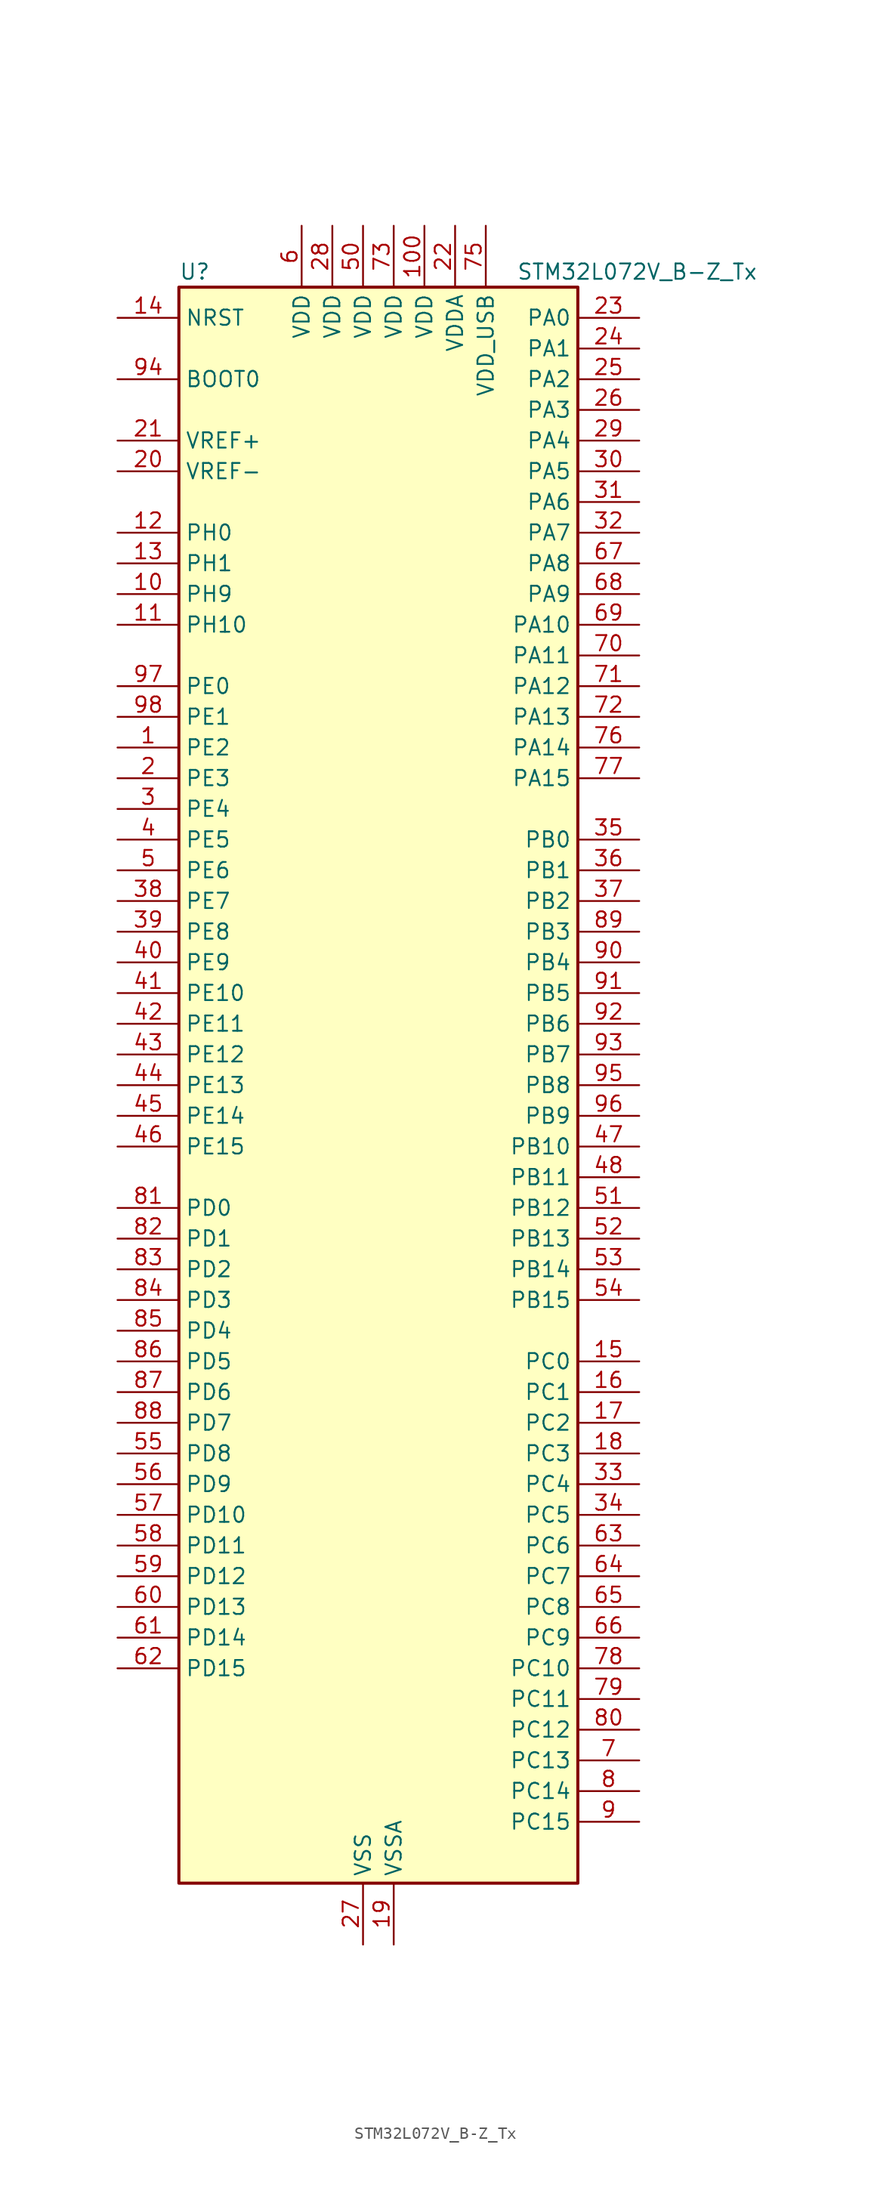
<source format=kicad_sym>
(kicad_symbol_lib
  (version 20220914)
  (generator kicad_symbol_editor)
  (symbol "STM32L072V_B-Z_Tx"
    (property "Reference" "U"
      (at -15.24 67.31 0)
      (effects (font (size 1.27 1.27)) (justify left)))
    (property "Value" "STM32L072V_B-Z_Tx"
      (at 12.7 67.31 0)
      (effects (font (size 1.27 1.27)) (justify left)))
    (property "ki_locked" ""
      (at 0 0 0)
      (effects (font (size 1.27 1.27))))
    (symbol "STM32L072V_B-Z_Tx_0_1"
      (rectangle (start -15.24 -66.04) (end 17.78 66.04) (stroke (width 0.254) (type default)) (fill (type background))))
    (symbol "STM32L072V_B-Z_Tx_1_1"
      (pin bidirectional line (at -20.32 27.94 0) (length 5.08) (name "PE2" (effects (font (size 1.27 1.27)))) (number "1" (effects (font (size 1.27 1.27)))) (alternate "TIM3_ETR" bidirectional line))
      (pin bidirectional line (at -20.32 40.64 0) (length 5.08) (name "PH9" (effects (font (size 1.27 1.27)))) (number "10" (effects (font (size 1.27 1.27)))) (alternate "DAC_EXTI9" bidirectional line))
      (pin power_in line (at 5.08 71.12 270) (length 5.08) (name "VDD" (effects (font (size 1.27 1.27)))) (number "100" (effects (font (size 1.27 1.27)))))
      (pin bidirectional line (at -20.32 38.1 0) (length 5.08) (name "PH10" (effects (font (size 1.27 1.27)))) (number "11" (effects (font (size 1.27 1.27)))))
      (pin bidirectional line (at -20.32 45.72 0) (length 5.08) (name "PH0" (effects (font (size 1.27 1.27)))) (number "12" (effects (font (size 1.27 1.27)))) (alternate "CRS_SYNC" bidirectional line) (alternate "RCC_OSC_IN" bidirectional line))
      (pin bidirectional line (at -20.32 43.18 0) (length 5.08) (name "PH1" (effects (font (size 1.27 1.27)))) (number "13" (effects (font (size 1.27 1.27)))) (alternate "RCC_OSC_OUT" bidirectional line))
      (pin input line (at -20.32 63.5 0) (length 5.08) (name "NRST" (effects (font (size 1.27 1.27)))) (number "14" (effects (font (size 1.27 1.27)))))
      (pin bidirectional line (at 22.86 -22.86 180) (length 5.08) (name "PC0" (effects (font (size 1.27 1.27)))) (number "15" (effects (font (size 1.27 1.27)))) (alternate "ADC_IN10" bidirectional line) (alternate "I2C3_SCL" bidirectional line) (alternate "LPTIM1_IN1" bidirectional line) (alternate "LPUART1_RX" bidirectional line) (alternate "TSC_G7_IO1" bidirectional line))
      (pin bidirectional line (at 22.86 -25.4 180) (length 5.08) (name "PC1" (effects (font (size 1.27 1.27)))) (number "16" (effects (font (size 1.27 1.27)))) (alternate "ADC_IN11" bidirectional line) (alternate "I2C3_SDA" bidirectional line) (alternate "LPTIM1_OUT" bidirectional line) (alternate "LPUART1_TX" bidirectional line) (alternate "TSC_G7_IO2" bidirectional line))
      (pin bidirectional line (at 22.86 -27.94 180) (length 5.08) (name "PC2" (effects (font (size 1.27 1.27)))) (number "17" (effects (font (size 1.27 1.27)))) (alternate "ADC_IN12" bidirectional line) (alternate "I2S2_MCK" bidirectional line) (alternate "LPTIM1_IN2" bidirectional line) (alternate "SPI2_MISO" bidirectional line) (alternate "TSC_G7_IO3" bidirectional line))
      (pin bidirectional line (at 22.86 -30.48 180) (length 5.08) (name "PC3" (effects (font (size 1.27 1.27)))) (number "18" (effects (font (size 1.27 1.27)))) (alternate "ADC_IN13" bidirectional line) (alternate "I2S2_SD" bidirectional line) (alternate "LPTIM1_ETR" bidirectional line) (alternate "SPI2_MOSI" bidirectional line) (alternate "TSC_G7_IO4" bidirectional line))
      (pin power_in line (at 2.54 -71.12 90) (length 5.08) (name "VSSA" (effects (font (size 1.27 1.27)))) (number "19" (effects (font (size 1.27 1.27)))))
      (pin bidirectional line (at -20.32 25.4 0) (length 5.08) (name "PE3" (effects (font (size 1.27 1.27)))) (number "2" (effects (font (size 1.27 1.27)))) (alternate "TIM22_CH1" bidirectional line) (alternate "TIM3_CH1" bidirectional line))
      (pin input line (at -20.32 50.8 0) (length 5.08) (name "VREF-" (effects (font (size 1.27 1.27)))) (number "20" (effects (font (size 1.27 1.27)))))
      (pin input line (at -20.32 53.34 0) (length 5.08) (name "VREF+" (effects (font (size 1.27 1.27)))) (number "21" (effects (font (size 1.27 1.27)))))
      (pin power_in line (at 7.62 71.12 270) (length 5.08) (name "VDDA" (effects (font (size 1.27 1.27)))) (number "22" (effects (font (size 1.27 1.27)))))
      (pin bidirectional line (at 22.86 63.5 180) (length 5.08) (name "PA0" (effects (font (size 1.27 1.27)))) (number "23" (effects (font (size 1.27 1.27)))) (alternate "ADC_IN0" bidirectional line) (alternate "COMP1_INM" bidirectional line) (alternate "COMP1_OUT" bidirectional line) (alternate "RTC_TAMP2" bidirectional line) (alternate "SYS_WKUP1" bidirectional line) (alternate "TIM2_CH1" bidirectional line) (alternate "TIM2_ETR" bidirectional line) (alternate "TSC_G1_IO1" bidirectional line) (alternate "USART2_CTS" bidirectional line) (alternate "USART4_TX" bidirectional line))
      (pin bidirectional line (at 22.86 60.96 180) (length 5.08) (name "PA1" (effects (font (size 1.27 1.27)))) (number "24" (effects (font (size 1.27 1.27)))) (alternate "ADC_IN1" bidirectional line) (alternate "COMP1_INP" bidirectional line) (alternate "TIM21_ETR" bidirectional line) (alternate "TIM2_CH2" bidirectional line) (alternate "TSC_G1_IO2" bidirectional line) (alternate "USART2_DE" bidirectional line) (alternate "USART2_RTS" bidirectional line) (alternate "USART4_RX" bidirectional line))
      (pin bidirectional line (at 22.86 58.42 180) (length 5.08) (name "PA2" (effects (font (size 1.27 1.27)))) (number "25" (effects (font (size 1.27 1.27)))) (alternate "ADC_IN2" bidirectional line) (alternate "COMP2_INM" bidirectional line) (alternate "COMP2_OUT" bidirectional line) (alternate "LPUART1_TX" bidirectional line) (alternate "TIM21_CH1" bidirectional line) (alternate "TIM2_CH3" bidirectional line) (alternate "TSC_G1_IO3" bidirectional line) (alternate "USART2_TX" bidirectional line))
      (pin bidirectional line (at 22.86 55.88 180) (length 5.08) (name "PA3" (effects (font (size 1.27 1.27)))) (number "26" (effects (font (size 1.27 1.27)))) (alternate "ADC_IN3" bidirectional line) (alternate "COMP2_INP" bidirectional line) (alternate "LPUART1_RX" bidirectional line) (alternate "TIM21_CH2" bidirectional line) (alternate "TIM2_CH4" bidirectional line) (alternate "TSC_G1_IO4" bidirectional line) (alternate "USART2_RX" bidirectional line))
      (pin power_in line (at 0 -71.12 90) (length 5.08) (name "VSS" (effects (font (size 1.27 1.27)))) (number "27" (effects (font (size 1.27 1.27)))))
      (pin power_in line (at -2.54 71.12 270) (length 5.08) (name "VDD" (effects (font (size 1.27 1.27)))) (number "28" (effects (font (size 1.27 1.27)))))
      (pin bidirectional line (at 22.86 53.34 180) (length 5.08) (name "PA4" (effects (font (size 1.27 1.27)))) (number "29" (effects (font (size 1.27 1.27)))) (alternate "ADC_IN4" bidirectional line) (alternate "COMP1_INM" bidirectional line) (alternate "COMP2_INM" bidirectional line) (alternate "DAC_OUT1" bidirectional line) (alternate "SPI1_NSS" bidirectional line) (alternate "TIM22_ETR" bidirectional line) (alternate "TSC_G2_IO1" bidirectional line) (alternate "USART2_CK" bidirectional line))
      (pin bidirectional line (at -20.32 22.86 0) (length 5.08) (name "PE4" (effects (font (size 1.27 1.27)))) (number "3" (effects (font (size 1.27 1.27)))) (alternate "TIM22_CH2" bidirectional line) (alternate "TIM3_CH2" bidirectional line))
      (pin bidirectional line (at 22.86 50.8 180) (length 5.08) (name "PA5" (effects (font (size 1.27 1.27)))) (number "30" (effects (font (size 1.27 1.27)))) (alternate "ADC_IN5" bidirectional line) (alternate "COMP1_INM" bidirectional line) (alternate "COMP2_INM" bidirectional line) (alternate "DAC_OUT2" bidirectional line) (alternate "SPI1_SCK" bidirectional line) (alternate "TIM2_CH1" bidirectional line) (alternate "TIM2_ETR" bidirectional line) (alternate "TSC_G2_IO2" bidirectional line))
      (pin bidirectional line (at 22.86 48.26 180) (length 5.08) (name "PA6" (effects (font (size 1.27 1.27)))) (number "31" (effects (font (size 1.27 1.27)))) (alternate "ADC_IN6" bidirectional line) (alternate "COMP1_OUT" bidirectional line) (alternate "LPUART1_CTS" bidirectional line) (alternate "SPI1_MISO" bidirectional line) (alternate "TIM22_CH1" bidirectional line) (alternate "TIM3_CH1" bidirectional line) (alternate "TSC_G2_IO3" bidirectional line))
      (pin bidirectional line (at 22.86 45.72 180) (length 5.08) (name "PA7" (effects (font (size 1.27 1.27)))) (number "32" (effects (font (size 1.27 1.27)))) (alternate "ADC_IN7" bidirectional line) (alternate "COMP2_OUT" bidirectional line) (alternate "SPI1_MOSI" bidirectional line) (alternate "TIM22_CH2" bidirectional line) (alternate "TIM3_CH2" bidirectional line) (alternate "TSC_G2_IO4" bidirectional line))
      (pin bidirectional line (at 22.86 -33.02 180) (length 5.08) (name "PC4" (effects (font (size 1.27 1.27)))) (number "33" (effects (font (size 1.27 1.27)))) (alternate "ADC_IN14" bidirectional line) (alternate "LPUART1_TX" bidirectional line))
      (pin bidirectional line (at 22.86 -35.56 180) (length 5.08) (name "PC5" (effects (font (size 1.27 1.27)))) (number "34" (effects (font (size 1.27 1.27)))) (alternate "ADC_IN15" bidirectional line) (alternate "LPUART1_RX" bidirectional line) (alternate "TSC_G3_IO1" bidirectional line))
      (pin bidirectional line (at 22.86 20.32 180) (length 5.08) (name "PB0" (effects (font (size 1.27 1.27)))) (number "35" (effects (font (size 1.27 1.27)))) (alternate "ADC_IN8" bidirectional line) (alternate "SYS_VREF_OUT_PB0" bidirectional line) (alternate "TIM3_CH3" bidirectional line) (alternate "TSC_G3_IO2" bidirectional line))
      (pin bidirectional line (at 22.86 17.78 180) (length 5.08) (name "PB1" (effects (font (size 1.27 1.27)))) (number "36" (effects (font (size 1.27 1.27)))) (alternate "ADC_IN9" bidirectional line) (alternate "LPUART1_DE" bidirectional line) (alternate "LPUART1_RTS" bidirectional line) (alternate "SYS_VREF_OUT_PB1" bidirectional line) (alternate "TIM3_CH4" bidirectional line) (alternate "TSC_G3_IO3" bidirectional line))
      (pin bidirectional line (at 22.86 15.24 180) (length 5.08) (name "PB2" (effects (font (size 1.27 1.27)))) (number "37" (effects (font (size 1.27 1.27)))) (alternate "I2C3_SMBA" bidirectional line) (alternate "LPTIM1_OUT" bidirectional line) (alternate "TSC_G3_IO4" bidirectional line))
      (pin bidirectional line (at -20.32 15.24 0) (length 5.08) (name "PE7" (effects (font (size 1.27 1.27)))) (number "38" (effects (font (size 1.27 1.27)))) (alternate "USART5_CK" bidirectional line) (alternate "USART5_DE" bidirectional line) (alternate "USART5_RTS" bidirectional line))
      (pin bidirectional line (at -20.32 12.7 0) (length 5.08) (name "PE8" (effects (font (size 1.27 1.27)))) (number "39" (effects (font (size 1.27 1.27)))) (alternate "USART4_TX" bidirectional line))
      (pin bidirectional line (at -20.32 20.32 0) (length 5.08) (name "PE5" (effects (font (size 1.27 1.27)))) (number "4" (effects (font (size 1.27 1.27)))) (alternate "TIM21_CH1" bidirectional line) (alternate "TIM3_CH3" bidirectional line))
      (pin bidirectional line (at -20.32 10.16 0) (length 5.08) (name "PE9" (effects (font (size 1.27 1.27)))) (number "40" (effects (font (size 1.27 1.27)))) (alternate "DAC_EXTI9" bidirectional line) (alternate "TIM2_CH1" bidirectional line) (alternate "TIM2_ETR" bidirectional line) (alternate "USART4_RX" bidirectional line))
      (pin bidirectional line (at -20.32 7.62 0) (length 5.08) (name "PE10" (effects (font (size 1.27 1.27)))) (number "41" (effects (font (size 1.27 1.27)))) (alternate "TIM2_CH2" bidirectional line) (alternate "USART5_TX" bidirectional line))
      (pin bidirectional line (at -20.32 5.08 0) (length 5.08) (name "PE11" (effects (font (size 1.27 1.27)))) (number "42" (effects (font (size 1.27 1.27)))) (alternate "ADC_EXTI11" bidirectional line) (alternate "TIM2_CH3" bidirectional line) (alternate "USART5_RX" bidirectional line))
      (pin bidirectional line (at -20.32 2.54 0) (length 5.08) (name "PE12" (effects (font (size 1.27 1.27)))) (number "43" (effects (font (size 1.27 1.27)))) (alternate "SPI1_NSS" bidirectional line) (alternate "TIM2_CH4" bidirectional line))
      (pin bidirectional line (at -20.32 0 0) (length 5.08) (name "PE13" (effects (font (size 1.27 1.27)))) (number "44" (effects (font (size 1.27 1.27)))) (alternate "SPI1_SCK" bidirectional line))
      (pin bidirectional line (at -20.32 -2.54 0) (length 5.08) (name "PE14" (effects (font (size 1.27 1.27)))) (number "45" (effects (font (size 1.27 1.27)))) (alternate "SPI1_MISO" bidirectional line))
      (pin bidirectional line (at -20.32 -5.08 0) (length 5.08) (name "PE15" (effects (font (size 1.27 1.27)))) (number "46" (effects (font (size 1.27 1.27)))) (alternate "SPI1_MOSI" bidirectional line))
      (pin bidirectional line (at 22.86 -5.08 180) (length 5.08) (name "PB10" (effects (font (size 1.27 1.27)))) (number "47" (effects (font (size 1.27 1.27)))) (alternate "I2C2_SCL" bidirectional line) (alternate "LPUART1_RX" bidirectional line) (alternate "LPUART1_TX" bidirectional line) (alternate "SPI2_SCK" bidirectional line) (alternate "TIM2_CH3" bidirectional line) (alternate "TSC_SYNC" bidirectional line))
      (pin bidirectional line (at 22.86 -7.62 180) (length 5.08) (name "PB11" (effects (font (size 1.27 1.27)))) (number "48" (effects (font (size 1.27 1.27)))) (alternate "ADC_EXTI11" bidirectional line) (alternate "I2C2_SDA" bidirectional line) (alternate "LPUART1_RX" bidirectional line) (alternate "LPUART1_TX" bidirectional line) (alternate "TIM2_CH4" bidirectional line) (alternate "TSC_G6_IO1" bidirectional line))
      (pin passive line (at 0 -71.12 90) (length 5.08) hide (name "VSS" (effects (font (size 1.27 1.27)))) (number "49" (effects (font (size 1.27 1.27)))))
      (pin bidirectional line (at -20.32 17.78 0) (length 5.08) (name "PE6" (effects (font (size 1.27 1.27)))) (number "5" (effects (font (size 1.27 1.27)))) (alternate "RTC_TAMP3" bidirectional line) (alternate "SYS_WKUP3" bidirectional line) (alternate "TIM21_CH2" bidirectional line) (alternate "TIM3_CH4" bidirectional line))
      (pin power_in line (at 0 71.12 270) (length 5.08) (name "VDD" (effects (font (size 1.27 1.27)))) (number "50" (effects (font (size 1.27 1.27)))))
      (pin bidirectional line (at 22.86 -10.16 180) (length 5.08) (name "PB12" (effects (font (size 1.27 1.27)))) (number "51" (effects (font (size 1.27 1.27)))) (alternate "I2S2_WS" bidirectional line) (alternate "LPUART1_DE" bidirectional line) (alternate "LPUART1_RTS" bidirectional line) (alternate "SPI2_NSS" bidirectional line) (alternate "TSC_G6_IO2" bidirectional line))
      (pin bidirectional line (at 22.86 -12.7 180) (length 5.08) (name "PB13" (effects (font (size 1.27 1.27)))) (number "52" (effects (font (size 1.27 1.27)))) (alternate "I2C2_SCL" bidirectional line) (alternate "I2S2_CK" bidirectional line) (alternate "LPUART1_CTS" bidirectional line) (alternate "RCC_MCO" bidirectional line) (alternate "SPI2_SCK" bidirectional line) (alternate "TIM21_CH1" bidirectional line) (alternate "TSC_G6_IO3" bidirectional line))
      (pin bidirectional line (at 22.86 -15.24 180) (length 5.08) (name "PB14" (effects (font (size 1.27 1.27)))) (number "53" (effects (font (size 1.27 1.27)))) (alternate "I2C2_SDA" bidirectional line) (alternate "I2S2_MCK" bidirectional line) (alternate "LPUART1_DE" bidirectional line) (alternate "LPUART1_RTS" bidirectional line) (alternate "RTC_OUT_ALARM" bidirectional line) (alternate "RTC_OUT_CALIB" bidirectional line) (alternate "SPI2_MISO" bidirectional line) (alternate "TIM21_CH2" bidirectional line) (alternate "TSC_G6_IO4" bidirectional line))
      (pin bidirectional line (at 22.86 -17.78 180) (length 5.08) (name "PB15" (effects (font (size 1.27 1.27)))) (number "54" (effects (font (size 1.27 1.27)))) (alternate "I2S2_SD" bidirectional line) (alternate "RTC_REFIN" bidirectional line) (alternate "SPI2_MOSI" bidirectional line))
      (pin bidirectional line (at -20.32 -30.48 0) (length 5.08) (name "PD8" (effects (font (size 1.27 1.27)))) (number "55" (effects (font (size 1.27 1.27)))) (alternate "LPUART1_TX" bidirectional line))
      (pin bidirectional line (at -20.32 -33.02 0) (length 5.08) (name "PD9" (effects (font (size 1.27 1.27)))) (number "56" (effects (font (size 1.27 1.27)))) (alternate "DAC_EXTI9" bidirectional line) (alternate "LPUART1_RX" bidirectional line))
      (pin bidirectional line (at -20.32 -35.56 0) (length 5.08) (name "PD10" (effects (font (size 1.27 1.27)))) (number "57" (effects (font (size 1.27 1.27)))))
      (pin bidirectional line (at -20.32 -38.1 0) (length 5.08) (name "PD11" (effects (font (size 1.27 1.27)))) (number "58" (effects (font (size 1.27 1.27)))) (alternate "ADC_EXTI11" bidirectional line) (alternate "LPUART1_CTS" bidirectional line))
      (pin bidirectional line (at -20.32 -40.64 0) (length 5.08) (name "PD12" (effects (font (size 1.27 1.27)))) (number "59" (effects (font (size 1.27 1.27)))) (alternate "LPUART1_DE" bidirectional line) (alternate "LPUART1_RTS" bidirectional line))
      (pin power_in line (at -5.08 71.12 270) (length 5.08) (name "VDD" (effects (font (size 1.27 1.27)))) (number "6" (effects (font (size 1.27 1.27)))))
      (pin bidirectional line (at -20.32 -43.18 0) (length 5.08) (name "PD13" (effects (font (size 1.27 1.27)))) (number "60" (effects (font (size 1.27 1.27)))))
      (pin bidirectional line (at -20.32 -45.72 0) (length 5.08) (name "PD14" (effects (font (size 1.27 1.27)))) (number "61" (effects (font (size 1.27 1.27)))))
      (pin bidirectional line (at -20.32 -48.26 0) (length 5.08) (name "PD15" (effects (font (size 1.27 1.27)))) (number "62" (effects (font (size 1.27 1.27)))) (alternate "CRS_SYNC" bidirectional line))
      (pin bidirectional line (at 22.86 -38.1 180) (length 5.08) (name "PC6" (effects (font (size 1.27 1.27)))) (number "63" (effects (font (size 1.27 1.27)))) (alternate "TIM22_CH1" bidirectional line) (alternate "TIM3_CH1" bidirectional line) (alternate "TSC_G8_IO1" bidirectional line))
      (pin bidirectional line (at 22.86 -40.64 180) (length 5.08) (name "PC7" (effects (font (size 1.27 1.27)))) (number "64" (effects (font (size 1.27 1.27)))) (alternate "TIM22_CH2" bidirectional line) (alternate "TIM3_CH2" bidirectional line) (alternate "TSC_G8_IO2" bidirectional line))
      (pin bidirectional line (at 22.86 -43.18 180) (length 5.08) (name "PC8" (effects (font (size 1.27 1.27)))) (number "65" (effects (font (size 1.27 1.27)))) (alternate "TIM22_ETR" bidirectional line) (alternate "TIM3_CH3" bidirectional line) (alternate "TSC_G8_IO3" bidirectional line))
      (pin bidirectional line (at 22.86 -45.72 180) (length 5.08) (name "PC9" (effects (font (size 1.27 1.27)))) (number "66" (effects (font (size 1.27 1.27)))) (alternate "DAC_EXTI9" bidirectional line) (alternate "I2C3_SDA" bidirectional line) (alternate "TIM21_ETR" bidirectional line) (alternate "TIM3_CH4" bidirectional line) (alternate "TSC_G8_IO4" bidirectional line) (alternate "USB_NOE" bidirectional line))
      (pin bidirectional line (at 22.86 43.18 180) (length 5.08) (name "PA8" (effects (font (size 1.27 1.27)))) (number "67" (effects (font (size 1.27 1.27)))) (alternate "CRS_SYNC" bidirectional line) (alternate "I2C3_SCL" bidirectional line) (alternate "RCC_MCO" bidirectional line) (alternate "USART1_CK" bidirectional line))
      (pin bidirectional line (at 22.86 40.64 180) (length 5.08) (name "PA9" (effects (font (size 1.27 1.27)))) (number "68" (effects (font (size 1.27 1.27)))) (alternate "DAC_EXTI9" bidirectional line) (alternate "I2C1_SCL" bidirectional line) (alternate "I2C3_SMBA" bidirectional line) (alternate "RCC_MCO" bidirectional line) (alternate "TSC_G4_IO1" bidirectional line) (alternate "USART1_TX" bidirectional line))
      (pin bidirectional line (at 22.86 38.1 180) (length 5.08) (name "PA10" (effects (font (size 1.27 1.27)))) (number "69" (effects (font (size 1.27 1.27)))) (alternate "I2C1_SDA" bidirectional line) (alternate "TSC_G4_IO2" bidirectional line) (alternate "USART1_RX" bidirectional line))
      (pin bidirectional line (at 22.86 -55.88 180) (length 5.08) (name "PC13" (effects (font (size 1.27 1.27)))) (number "7" (effects (font (size 1.27 1.27)))) (alternate "RTC_OUT_ALARM" bidirectional line) (alternate "RTC_OUT_CALIB" bidirectional line) (alternate "RTC_TAMP1" bidirectional line) (alternate "RTC_TS" bidirectional line) (alternate "SYS_WKUP2" bidirectional line))
      (pin bidirectional line (at 22.86 35.56 180) (length 5.08) (name "PA11" (effects (font (size 1.27 1.27)))) (number "70" (effects (font (size 1.27 1.27)))) (alternate "ADC_EXTI11" bidirectional line) (alternate "COMP1_OUT" bidirectional line) (alternate "SPI1_MISO" bidirectional line) (alternate "TSC_G4_IO3" bidirectional line) (alternate "USART1_CTS" bidirectional line) (alternate "USB_DM" bidirectional line))
      (pin bidirectional line (at 22.86 33.02 180) (length 5.08) (name "PA12" (effects (font (size 1.27 1.27)))) (number "71" (effects (font (size 1.27 1.27)))) (alternate "COMP2_OUT" bidirectional line) (alternate "SPI1_MOSI" bidirectional line) (alternate "TSC_G4_IO4" bidirectional line) (alternate "USART1_DE" bidirectional line) (alternate "USART1_RTS" bidirectional line) (alternate "USB_DP" bidirectional line))
      (pin bidirectional line (at 22.86 30.48 180) (length 5.08) (name "PA13" (effects (font (size 1.27 1.27)))) (number "72" (effects (font (size 1.27 1.27)))) (alternate "LPUART1_RX" bidirectional line) (alternate "SYS_SWDIO" bidirectional line) (alternate "USB_NOE" bidirectional line))
      (pin power_in line (at 2.54 71.12 270) (length 5.08) (name "VDD" (effects (font (size 1.27 1.27)))) (number "73" (effects (font (size 1.27 1.27)))))
      (pin passive line (at 0 -71.12 90) (length 5.08) hide (name "VSS" (effects (font (size 1.27 1.27)))) (number "74" (effects (font (size 1.27 1.27)))))
      (pin power_in line (at 10.16 71.12 270) (length 5.08) (name "VDD_USB" (effects (font (size 1.27 1.27)))) (number "75" (effects (font (size 1.27 1.27)))))
      (pin bidirectional line (at 22.86 27.94 180) (length 5.08) (name "PA14" (effects (font (size 1.27 1.27)))) (number "76" (effects (font (size 1.27 1.27)))) (alternate "LPUART1_TX" bidirectional line) (alternate "SYS_SWCLK" bidirectional line) (alternate "USART2_TX" bidirectional line))
      (pin bidirectional line (at 22.86 25.4 180) (length 5.08) (name "PA15" (effects (font (size 1.27 1.27)))) (number "77" (effects (font (size 1.27 1.27)))) (alternate "SPI1_NSS" bidirectional line) (alternate "TIM2_CH1" bidirectional line) (alternate "TIM2_ETR" bidirectional line) (alternate "USART2_RX" bidirectional line) (alternate "USART4_DE" bidirectional line) (alternate "USART4_RTS" bidirectional line))
      (pin bidirectional line (at 22.86 -48.26 180) (length 5.08) (name "PC10" (effects (font (size 1.27 1.27)))) (number "78" (effects (font (size 1.27 1.27)))) (alternate "LPUART1_TX" bidirectional line) (alternate "USART4_TX" bidirectional line))
      (pin bidirectional line (at 22.86 -50.8 180) (length 5.08) (name "PC11" (effects (font (size 1.27 1.27)))) (number "79" (effects (font (size 1.27 1.27)))) (alternate "ADC_EXTI11" bidirectional line) (alternate "LPUART1_RX" bidirectional line) (alternate "USART4_RX" bidirectional line))
      (pin bidirectional line (at 22.86 -58.42 180) (length 5.08) (name "PC14" (effects (font (size 1.27 1.27)))) (number "8" (effects (font (size 1.27 1.27)))) (alternate "RCC_OSC32_IN" bidirectional line))
      (pin bidirectional line (at 22.86 -53.34 180) (length 5.08) (name "PC12" (effects (font (size 1.27 1.27)))) (number "80" (effects (font (size 1.27 1.27)))) (alternate "USART4_CK" bidirectional line) (alternate "USART5_TX" bidirectional line))
      (pin bidirectional line (at -20.32 -10.16 0) (length 5.08) (name "PD0" (effects (font (size 1.27 1.27)))) (number "81" (effects (font (size 1.27 1.27)))) (alternate "I2S2_WS" bidirectional line) (alternate "SPI2_NSS" bidirectional line) (alternate "TIM21_CH1" bidirectional line))
      (pin bidirectional line (at -20.32 -12.7 0) (length 5.08) (name "PD1" (effects (font (size 1.27 1.27)))) (number "82" (effects (font (size 1.27 1.27)))) (alternate "I2S2_CK" bidirectional line) (alternate "SPI2_SCK" bidirectional line))
      (pin bidirectional line (at -20.32 -15.24 0) (length 5.08) (name "PD2" (effects (font (size 1.27 1.27)))) (number "83" (effects (font (size 1.27 1.27)))) (alternate "LPUART1_DE" bidirectional line) (alternate "LPUART1_RTS" bidirectional line) (alternate "TIM3_ETR" bidirectional line) (alternate "USART5_RX" bidirectional line))
      (pin bidirectional line (at -20.32 -17.78 0) (length 5.08) (name "PD3" (effects (font (size 1.27 1.27)))) (number "84" (effects (font (size 1.27 1.27)))) (alternate "I2S2_MCK" bidirectional line) (alternate "SPI2_MISO" bidirectional line) (alternate "USART2_CTS" bidirectional line))
      (pin bidirectional line (at -20.32 -20.32 0) (length 5.08) (name "PD4" (effects (font (size 1.27 1.27)))) (number "85" (effects (font (size 1.27 1.27)))) (alternate "I2S2_SD" bidirectional line) (alternate "SPI2_MOSI" bidirectional line) (alternate "USART2_DE" bidirectional line) (alternate "USART2_RTS" bidirectional line))
      (pin bidirectional line (at -20.32 -22.86 0) (length 5.08) (name "PD5" (effects (font (size 1.27 1.27)))) (number "86" (effects (font (size 1.27 1.27)))) (alternate "USART2_TX" bidirectional line))
      (pin bidirectional line (at -20.32 -25.4 0) (length 5.08) (name "PD6" (effects (font (size 1.27 1.27)))) (number "87" (effects (font (size 1.27 1.27)))) (alternate "USART2_RX" bidirectional line))
      (pin bidirectional line (at -20.32 -27.94 0) (length 5.08) (name "PD7" (effects (font (size 1.27 1.27)))) (number "88" (effects (font (size 1.27 1.27)))) (alternate "TIM21_CH2" bidirectional line) (alternate "USART2_CK" bidirectional line))
      (pin bidirectional line (at 22.86 12.7 180) (length 5.08) (name "PB3" (effects (font (size 1.27 1.27)))) (number "89" (effects (font (size 1.27 1.27)))) (alternate "COMP2_INM" bidirectional line) (alternate "SPI1_SCK" bidirectional line) (alternate "TIM2_CH2" bidirectional line) (alternate "TSC_G5_IO1" bidirectional line) (alternate "USART1_DE" bidirectional line) (alternate "USART1_RTS" bidirectional line) (alternate "USART5_TX" bidirectional line))
      (pin bidirectional line (at 22.86 -60.96 180) (length 5.08) (name "PC15" (effects (font (size 1.27 1.27)))) (number "9" (effects (font (size 1.27 1.27)))) (alternate "RCC_OSC32_OUT" bidirectional line))
      (pin bidirectional line (at 22.86 10.16 180) (length 5.08) (name "PB4" (effects (font (size 1.27 1.27)))) (number "90" (effects (font (size 1.27 1.27)))) (alternate "COMP2_INP" bidirectional line) (alternate "I2C3_SDA" bidirectional line) (alternate "SPI1_MISO" bidirectional line) (alternate "TIM22_CH1" bidirectional line) (alternate "TIM3_CH1" bidirectional line) (alternate "TSC_G5_IO2" bidirectional line) (alternate "USART1_CTS" bidirectional line) (alternate "USART5_RX" bidirectional line))
      (pin bidirectional line (at 22.86 7.62 180) (length 5.08) (name "PB5" (effects (font (size 1.27 1.27)))) (number "91" (effects (font (size 1.27 1.27)))) (alternate "COMP2_INP" bidirectional line) (alternate "I2C1_SMBA" bidirectional line) (alternate "LPTIM1_IN1" bidirectional line) (alternate "SPI1_MOSI" bidirectional line) (alternate "TIM22_CH2" bidirectional line) (alternate "TIM3_CH2" bidirectional line) (alternate "USART1_CK" bidirectional line) (alternate "USART5_CK" bidirectional line) (alternate "USART5_DE" bidirectional line) (alternate "USART5_RTS" bidirectional line))
      (pin bidirectional line (at 22.86 5.08 180) (length 5.08) (name "PB6" (effects (font (size 1.27 1.27)))) (number "92" (effects (font (size 1.27 1.27)))) (alternate "COMP2_INP" bidirectional line) (alternate "I2C1_SCL" bidirectional line) (alternate "LPTIM1_ETR" bidirectional line) (alternate "TSC_G5_IO3" bidirectional line) (alternate "USART1_TX" bidirectional line))
      (pin bidirectional line (at 22.86 2.54 180) (length 5.08) (name "PB7" (effects (font (size 1.27 1.27)))) (number "93" (effects (font (size 1.27 1.27)))) (alternate "COMP2_INP" bidirectional line) (alternate "I2C1_SDA" bidirectional line) (alternate "LPTIM1_IN2" bidirectional line) (alternate "SYS_PVD_IN" bidirectional line) (alternate "TSC_G5_IO4" bidirectional line) (alternate "USART1_RX" bidirectional line) (alternate "USART4_CTS" bidirectional line))
      (pin input line (at -20.32 58.42 0) (length 5.08) (name "BOOT0" (effects (font (size 1.27 1.27)))) (number "94" (effects (font (size 1.27 1.27)))))
      (pin bidirectional line (at 22.86 0 180) (length 5.08) (name "PB8" (effects (font (size 1.27 1.27)))) (number "95" (effects (font (size 1.27 1.27)))) (alternate "I2C1_SCL" bidirectional line) (alternate "TSC_SYNC" bidirectional line))
      (pin bidirectional line (at 22.86 -2.54 180) (length 5.08) (name "PB9" (effects (font (size 1.27 1.27)))) (number "96" (effects (font (size 1.27 1.27)))) (alternate "DAC_EXTI9" bidirectional line) (alternate "I2C1_SDA" bidirectional line) (alternate "I2S2_WS" bidirectional line) (alternate "SPI2_NSS" bidirectional line))
      (pin bidirectional line (at -20.32 33.02 0) (length 5.08) (name "PE0" (effects (font (size 1.27 1.27)))) (number "97" (effects (font (size 1.27 1.27)))))
      (pin bidirectional line (at -20.32 30.48 0) (length 5.08) (name "PE1" (effects (font (size 1.27 1.27)))) (number "98" (effects (font (size 1.27 1.27)))))
      (pin passive line (at 0 -71.12 90) (length 5.08) hide (name "VSS" (effects (font (size 1.27 1.27)))) (number "99" (effects (font (size 1.27 1.27))))))))
</source>
